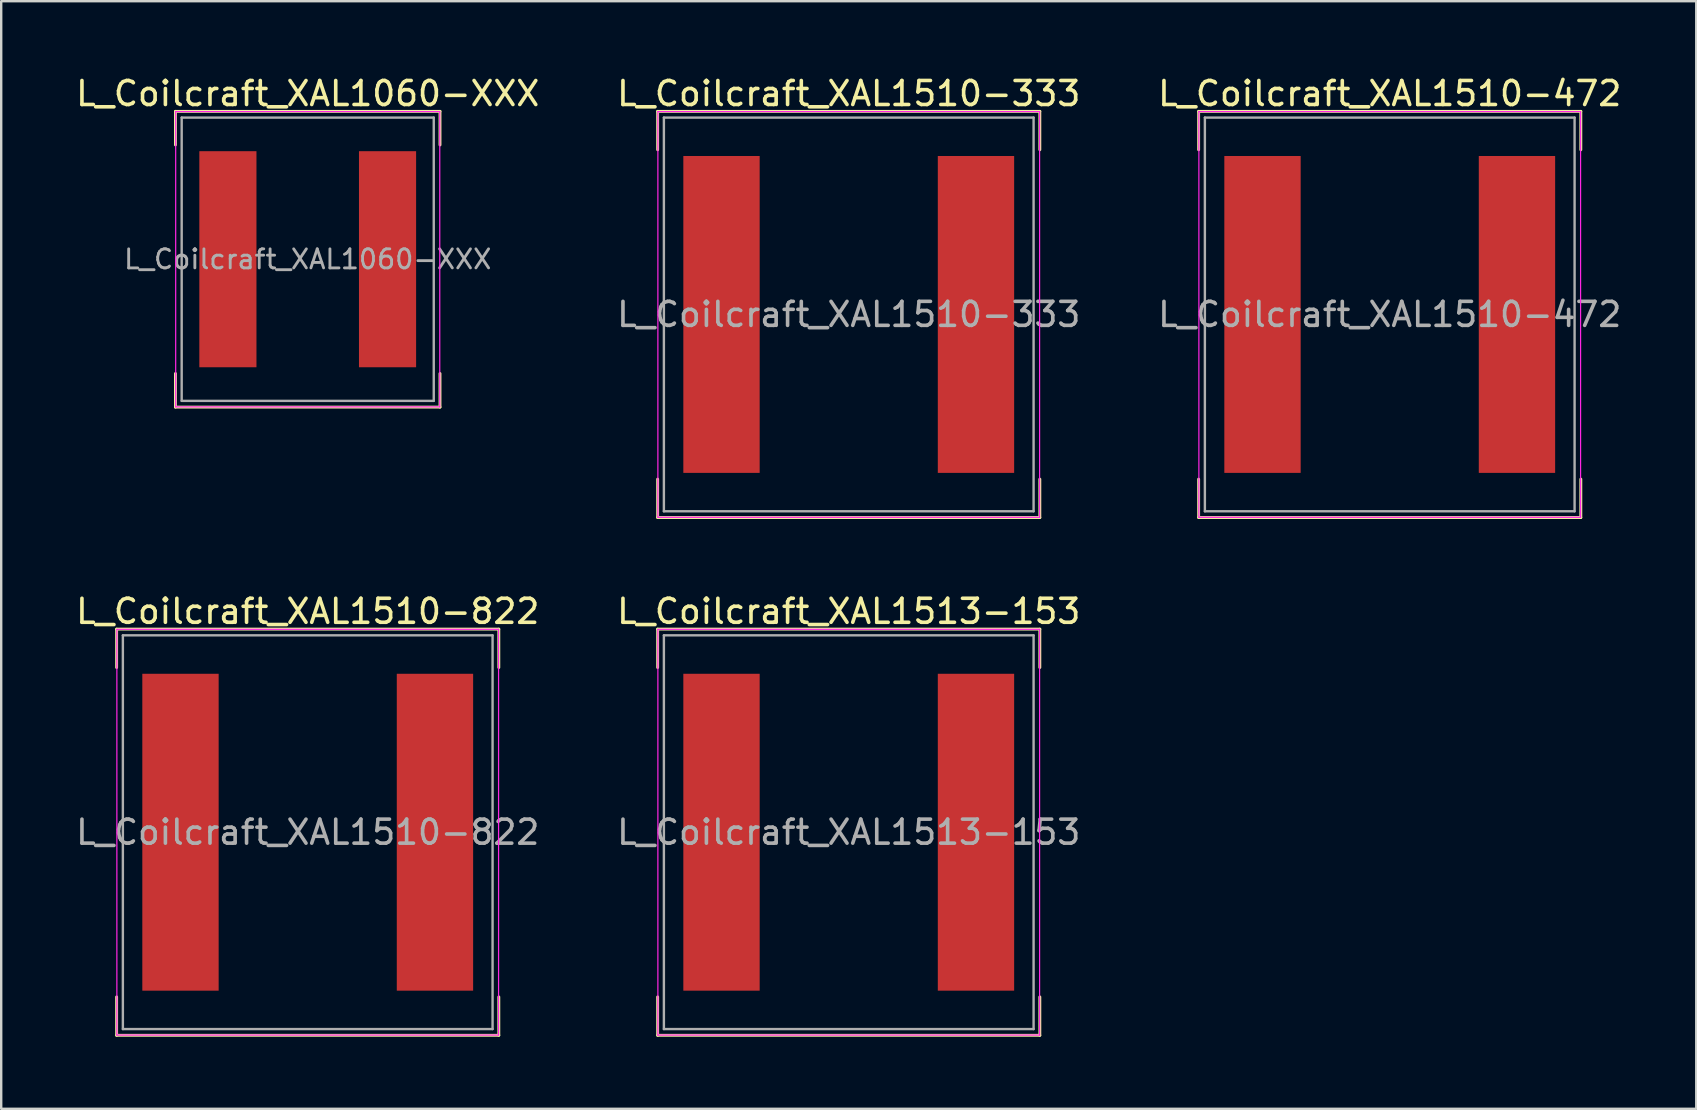
<source format=kicad_pcb>
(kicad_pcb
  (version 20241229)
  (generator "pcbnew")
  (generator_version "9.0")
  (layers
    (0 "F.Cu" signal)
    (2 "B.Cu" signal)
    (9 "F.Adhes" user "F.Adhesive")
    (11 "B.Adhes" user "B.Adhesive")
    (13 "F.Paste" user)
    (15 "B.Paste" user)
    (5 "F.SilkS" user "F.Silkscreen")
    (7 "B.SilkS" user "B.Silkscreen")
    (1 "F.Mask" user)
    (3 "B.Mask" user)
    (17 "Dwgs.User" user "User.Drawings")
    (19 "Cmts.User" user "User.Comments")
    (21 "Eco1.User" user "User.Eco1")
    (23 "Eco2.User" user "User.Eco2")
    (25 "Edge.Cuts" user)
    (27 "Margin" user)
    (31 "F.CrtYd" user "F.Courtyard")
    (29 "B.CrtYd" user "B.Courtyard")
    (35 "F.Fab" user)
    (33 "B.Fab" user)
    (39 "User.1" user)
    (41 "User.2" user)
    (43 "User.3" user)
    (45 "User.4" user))
  (footprint "L_Coilcraft_XAL1513-153"
    (layer "F.Cu")
    (at 32.304 31.616)
    (property "Reference" "L_Coilcraft_XAL1513-153" (at 0 -9.2 0) (layer "F.SilkS") (effects (font (size 1 1) (thickness 0.15))))
    (attr smd)
    (fp_line (start -7.96 -8.46) (end -7.96 -6.86) (stroke (width 0.12) (type solid)) (layer "F.SilkS"))
    (fp_line (start -7.96 -8.46) (end 7.96 -8.46) (stroke (width 0.12) (type solid)) (layer "F.SilkS"))
    (fp_line (start -7.96 8.46) (end -7.96 6.86) (stroke (width 0.12) (type solid)) (layer "F.SilkS"))
    (fp_line (start -7.96 8.46) (end 7.96 8.46) (stroke (width 0.12) (type solid)) (layer "F.SilkS"))
    (fp_line (start 7.96 -8.46) (end 7.96 -6.86) (stroke (width 0.12) (type solid)) (layer "F.SilkS"))
    (fp_line (start 7.96 8.46) (end 7.96 6.86) (stroke (width 0.12) (type solid)) (layer "F.SilkS"))
    (fp_line (start -7.95 -8.45) (end -7.95 8.45) (stroke (width 0.05) (type solid)) (layer "F.CrtYd"))
    (fp_line (start -7.95 8.45) (end 7.95 8.45) (stroke (width 0.05) (type solid)) (layer "F.CrtYd"))
    (fp_line (start 7.95 -8.45) (end -7.95 -8.45) (stroke (width 0.05) (type solid)) (layer "F.CrtYd"))
    (fp_line (start 7.95 8.45) (end 7.95 -8.45) (stroke (width 0.05) (type solid)) (layer "F.CrtYd"))
    (fp_line (start -7.7 -8.2) (end -7.7 8.2) (stroke (width 0.1) (type solid)) (layer "F.Fab"))
    (fp_line (start -7.7 8.2) (end 7.7 8.2) (stroke (width 0.1) (type solid)) (layer "F.Fab"))
    (fp_line (start 7.7 -8.2) (end -7.7 -8.2) (stroke (width 0.1) (type solid)) (layer "F.Fab"))
    (fp_line (start 7.7 8.2) (end 7.7 -8.2) (stroke (width 0.1) (type solid)) (layer "F.Fab"))
    (fp_text user "${REFERENCE}" (at 0 0 0) (layer "F.Fab") (effects (font (size 1 1) (thickness 0.15))))
    (pad "1" smd rect (at -5.3 0) (size 3.18 13.2) (layers "F.Cu" "F.Mask" "F.Paste"))
    (pad "2" smd rect (at 5.3 0) (size 3.18 13.2) (layers "F.Cu" "F.Mask" "F.Paste")))
  (footprint "L_Coilcraft_XAL1510-472"
    (layer "F.Cu")
    (at 54.839 10.048)
    (property "Reference" "L_Coilcraft_XAL1510-472" (at 0 -9.2 0) (layer "F.SilkS") (effects (font (size 1 1) (thickness 0.15))))
    (attr smd)
    (fp_line (start -7.96 -8.46) (end -7.96 -6.86) (stroke (width 0.12) (type solid)) (layer "F.SilkS"))
    (fp_line (start -7.96 -8.46) (end 7.96 -8.46) (stroke (width 0.12) (type solid)) (layer "F.SilkS"))
    (fp_line (start -7.96 8.46) (end -7.96 6.86) (stroke (width 0.12) (type solid)) (layer "F.SilkS"))
    (fp_line (start -7.96 8.46) (end 7.96 8.46) (stroke (width 0.12) (type solid)) (layer "F.SilkS"))
    (fp_line (start 7.96 -8.46) (end 7.96 -6.86) (stroke (width 0.12) (type solid)) (layer "F.SilkS"))
    (fp_line (start 7.96 8.46) (end 7.96 6.86) (stroke (width 0.12) (type solid)) (layer "F.SilkS"))
    (fp_line (start -7.95 -8.45) (end -7.95 8.45) (stroke (width 0.05) (type solid)) (layer "F.CrtYd"))
    (fp_line (start -7.95 8.45) (end 7.95 8.45) (stroke (width 0.05) (type solid)) (layer "F.CrtYd"))
    (fp_line (start 7.95 -8.45) (end -7.95 -8.45) (stroke (width 0.05) (type solid)) (layer "F.CrtYd"))
    (fp_line (start 7.95 8.45) (end 7.95 -8.45) (stroke (width 0.05) (type solid)) (layer "F.CrtYd"))
    (fp_line (start -7.7 -8.2) (end -7.7 8.2) (stroke (width 0.1) (type solid)) (layer "F.Fab"))
    (fp_line (start -7.7 8.2) (end 7.7 8.2) (stroke (width 0.1) (type solid)) (layer "F.Fab"))
    (fp_line (start 7.7 -8.2) (end -7.7 -8.2) (stroke (width 0.1) (type solid)) (layer "F.Fab"))
    (fp_line (start 7.7 8.2) (end 7.7 -8.2) (stroke (width 0.1) (type solid)) (layer "F.Fab"))
    (fp_text user "${REFERENCE}" (at 0 0 0) (layer "F.Fab") (effects (font (size 1 1) (thickness 0.15))))
    (pad "1" smd rect (at -5.3 0) (size 3.18 13.2) (layers "F.Cu" "F.Mask" "F.Paste"))
    (pad "2" smd rect (at 5.3 0) (size 3.18 13.2) (layers "F.Cu" "F.Mask" "F.Paste")))
  (footprint "L_Coilcraft_XAL1060-XXX"
    (layer "F.Cu")
    (at 9.768 7.748)
    (property "Reference" "L_Coilcraft_XAL1060-XXX" (at 0 -6.9 0) (layer "F.SilkS") (effects (font (size 1 1) (thickness 0.15))))
    (attr smd)
    (fp_line (start -5.51 -6.16) (end -5.51 -4.76) (stroke (width 0.12) (type solid)) (layer "F.SilkS"))
    (fp_line (start -5.51 -6.16) (end 5.51 -6.16) (stroke (width 0.12) (type solid)) (layer "F.SilkS"))
    (fp_line (start -5.51 6.16) (end -5.51 4.76) (stroke (width 0.12) (type solid)) (layer "F.SilkS"))
    (fp_line (start -5.51 6.16) (end 5.51 6.16) (stroke (width 0.12) (type solid)) (layer "F.SilkS"))
    (fp_line (start 5.51 -6.16) (end 5.51 -4.76) (stroke (width 0.12) (type solid)) (layer "F.SilkS"))
    (fp_line (start 5.51 6.16) (end 5.51 4.76) (stroke (width 0.12) (type solid)) (layer "F.SilkS"))
    (fp_line (start -5.5 -6.15) (end -5.5 6.15) (stroke (width 0.05) (type solid)) (layer "F.CrtYd"))
    (fp_line (start -5.5 6.15) (end 5.5 6.15) (stroke (width 0.05) (type solid)) (layer "F.CrtYd"))
    (fp_line (start 5.5 -6.15) (end -5.5 -6.15) (stroke (width 0.05) (type solid)) (layer "F.CrtYd"))
    (fp_line (start 5.5 6.15) (end 5.5 -6.15) (stroke (width 0.05) (type solid)) (layer "F.CrtYd"))
    (fp_line (start -5.25 -5.9) (end -5.25 5.9) (stroke (width 0.1) (type solid)) (layer "F.Fab"))
    (fp_line (start -5.25 5.9) (end 5.25 5.9) (stroke (width 0.1) (type solid)) (layer "F.Fab"))
    (fp_line (start 5.25 -5.9) (end -5.25 -5.9) (stroke (width 0.1) (type solid)) (layer "F.Fab"))
    (fp_line (start 5.25 5.9) (end 5.25 -5.9) (stroke (width 0.1) (type solid)) (layer "F.Fab"))
    (fp_text user "${REFERENCE}" (at 0 0 0) (layer "F.Fab") (effects (font (size 0.793 0.793) (thickness 0.119))))
    (pad "1" smd rect (at -3.325 0) (size 2.38 9) (layers "F.Cu" "F.Mask" "F.Paste"))
    (pad "2" smd rect (at 3.325 0) (size 2.38 9) (layers "F.Cu" "F.Mask" "F.Paste")))
  (footprint "L_Coilcraft_XAL1510-333"
    (layer "F.Cu")
    (at 32.304 10.048)
    (property "Reference" "L_Coilcraft_XAL1510-333" (at 0 -9.2 0) (layer "F.SilkS") (effects (font (size 1 1) (thickness 0.15))))
    (attr smd)
    (fp_line (start -7.96 -8.46) (end -7.96 -6.86) (stroke (width 0.12) (type solid)) (layer "F.SilkS"))
    (fp_line (start -7.96 -8.46) (end 7.96 -8.46) (stroke (width 0.12) (type solid)) (layer "F.SilkS"))
    (fp_line (start -7.96 8.46) (end -7.96 6.86) (stroke (width 0.12) (type solid)) (layer "F.SilkS"))
    (fp_line (start -7.96 8.46) (end 7.96 8.46) (stroke (width 0.12) (type solid)) (layer "F.SilkS"))
    (fp_line (start 7.96 -8.46) (end 7.96 -6.86) (stroke (width 0.12) (type solid)) (layer "F.SilkS"))
    (fp_line (start 7.96 8.46) (end 7.96 6.86) (stroke (width 0.12) (type solid)) (layer "F.SilkS"))
    (fp_line (start -7.95 -8.45) (end -7.95 8.45) (stroke (width 0.05) (type solid)) (layer "F.CrtYd"))
    (fp_line (start -7.95 8.45) (end 7.95 8.45) (stroke (width 0.05) (type solid)) (layer "F.CrtYd"))
    (fp_line (start 7.95 -8.45) (end -7.95 -8.45) (stroke (width 0.05) (type solid)) (layer "F.CrtYd"))
    (fp_line (start 7.95 8.45) (end 7.95 -8.45) (stroke (width 0.05) (type solid)) (layer "F.CrtYd"))
    (fp_line (start -7.7 -8.2) (end -7.7 8.2) (stroke (width 0.1) (type solid)) (layer "F.Fab"))
    (fp_line (start -7.7 8.2) (end 7.7 8.2) (stroke (width 0.1) (type solid)) (layer "F.Fab"))
    (fp_line (start 7.7 -8.2) (end -7.7 -8.2) (stroke (width 0.1) (type solid)) (layer "F.Fab"))
    (fp_line (start 7.7 8.2) (end 7.7 -8.2) (stroke (width 0.1) (type solid)) (layer "F.Fab"))
    (fp_text user "${REFERENCE}" (at 0 0 0) (layer "F.Fab") (effects (font (size 1 1) (thickness 0.15))))
    (pad "1" smd rect (at -5.3 0) (size 3.18 13.2) (layers "F.Cu" "F.Mask" "F.Paste"))
    (pad "2" smd rect (at 5.3 0) (size 3.18 13.2) (layers "F.Cu" "F.Mask" "F.Paste")))
  (footprint "L_Coilcraft_XAL1510-822"
    (layer "F.Cu")
    (at 9.768 31.616)
    (property "Reference" "L_Coilcraft_XAL1510-822" (at 0 -9.2 0) (layer "F.SilkS") (effects (font (size 1 1) (thickness 0.15))))
    (attr smd)
    (fp_line (start -7.96 -8.46) (end -7.96 -6.86) (stroke (width 0.12) (type solid)) (layer "F.SilkS"))
    (fp_line (start -7.96 -8.46) (end 7.96 -8.46) (stroke (width 0.12) (type solid)) (layer "F.SilkS"))
    (fp_line (start -7.96 8.46) (end -7.96 6.86) (stroke (width 0.12) (type solid)) (layer "F.SilkS"))
    (fp_line (start -7.96 8.46) (end 7.96 8.46) (stroke (width 0.12) (type solid)) (layer "F.SilkS"))
    (fp_line (start 7.96 -8.46) (end 7.96 -6.86) (stroke (width 0.12) (type solid)) (layer "F.SilkS"))
    (fp_line (start 7.96 8.46) (end 7.96 6.86) (stroke (width 0.12) (type solid)) (layer "F.SilkS"))
    (fp_line (start -7.95 -8.45) (end -7.95 8.45) (stroke (width 0.05) (type solid)) (layer "F.CrtYd"))
    (fp_line (start -7.95 8.45) (end 7.95 8.45) (stroke (width 0.05) (type solid)) (layer "F.CrtYd"))
    (fp_line (start 7.95 -8.45) (end -7.95 -8.45) (stroke (width 0.05) (type solid)) (layer "F.CrtYd"))
    (fp_line (start 7.95 8.45) (end 7.95 -8.45) (stroke (width 0.05) (type solid)) (layer "F.CrtYd"))
    (fp_line (start -7.7 -8.2) (end -7.7 8.2) (stroke (width 0.1) (type solid)) (layer "F.Fab"))
    (fp_line (start -7.7 8.2) (end 7.7 8.2) (stroke (width 0.1) (type solid)) (layer "F.Fab"))
    (fp_line (start 7.7 -8.2) (end -7.7 -8.2) (stroke (width 0.1) (type solid)) (layer "F.Fab"))
    (fp_line (start 7.7 8.2) (end 7.7 -8.2) (stroke (width 0.1) (type solid)) (layer "F.Fab"))
    (fp_text user "${REFERENCE}" (at 0 0 0) (layer "F.Fab") (effects (font (size 1 1) (thickness 0.15))))
    (pad "1" smd rect (at -5.3 0) (size 3.18 13.2) (layers "F.Cu" "F.Mask" "F.Paste"))
    (pad "2" smd rect (at 5.3 0) (size 3.18 13.2) (layers "F.Cu" "F.Mask" "F.Paste")))
  (gr_rect
    (start -3 -3)
    (end 67.607 43.136)
    (stroke (width 0.1) (type default))
    (fill no)
    (layer "Edge.Cuts")))
</source>
